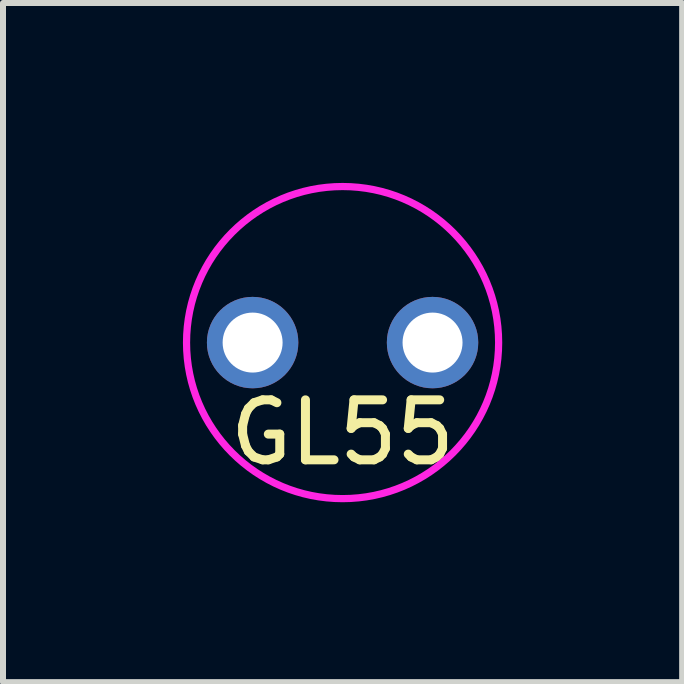
<source format=kicad_pcb>
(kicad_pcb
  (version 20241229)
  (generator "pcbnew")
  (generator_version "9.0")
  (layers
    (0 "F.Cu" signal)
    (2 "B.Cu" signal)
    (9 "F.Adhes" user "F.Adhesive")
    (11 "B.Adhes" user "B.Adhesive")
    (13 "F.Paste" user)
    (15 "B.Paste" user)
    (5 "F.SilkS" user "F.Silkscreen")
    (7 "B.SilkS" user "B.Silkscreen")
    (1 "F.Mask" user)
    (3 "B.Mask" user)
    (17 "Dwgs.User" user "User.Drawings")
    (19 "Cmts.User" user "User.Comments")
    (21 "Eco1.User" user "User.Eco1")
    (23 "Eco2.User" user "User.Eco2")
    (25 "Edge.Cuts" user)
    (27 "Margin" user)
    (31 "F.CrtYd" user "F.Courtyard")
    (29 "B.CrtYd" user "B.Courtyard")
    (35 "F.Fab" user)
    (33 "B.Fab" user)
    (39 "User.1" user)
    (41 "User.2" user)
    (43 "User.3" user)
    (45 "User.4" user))
  (footprint "GL55"
    (layer "F.Cu")
    (at 2.662 2.662)
    (property "Reference" "GL55" (at 0 1.5 0) (layer "F.SilkS") (effects (font (size 1 1) (thickness 0.15))))
    (attr through_hole)
    (fp_circle (center 0 0) (end 2.6 -0.1) (stroke (width 0.12) (type solid)) (fill no) (layer "F.CrtYd"))
    (pad "1" thru_hole circle (at -1.5 0) (size 1.524 1.524) (drill 1) (layers "*.Cu" "*.Mask"))
    (pad "2" thru_hole circle (at 1.5 0) (size 1.524 1.524) (drill 1) (layers "*.Cu" "*.Mask")))
  (gr_rect
    (start -3 -3)
    (end 8.324 8.324)
    (stroke (width 0.1) (type default))
    (fill no)
    (layer "Edge.Cuts")))
</source>
